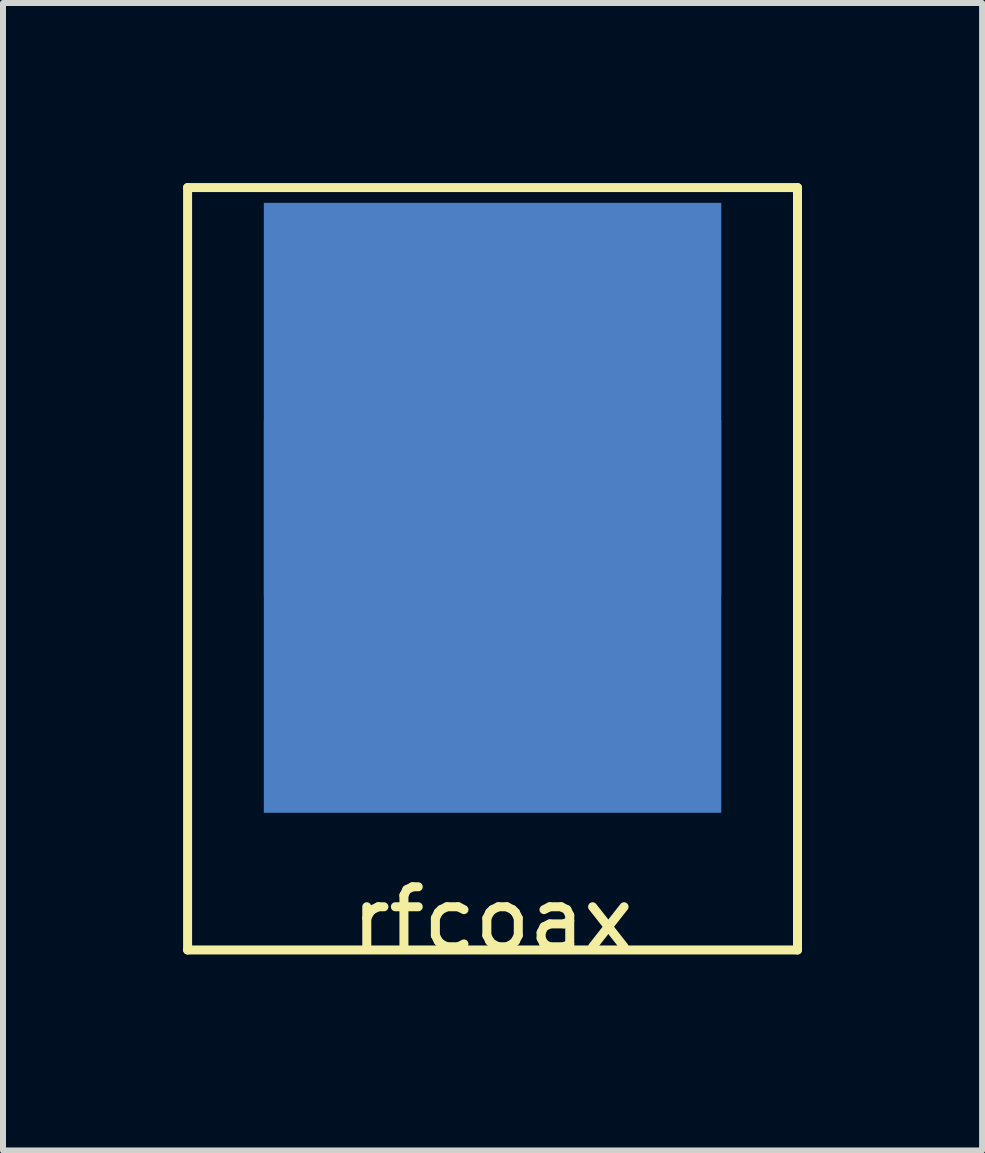
<source format=kicad_pcb>
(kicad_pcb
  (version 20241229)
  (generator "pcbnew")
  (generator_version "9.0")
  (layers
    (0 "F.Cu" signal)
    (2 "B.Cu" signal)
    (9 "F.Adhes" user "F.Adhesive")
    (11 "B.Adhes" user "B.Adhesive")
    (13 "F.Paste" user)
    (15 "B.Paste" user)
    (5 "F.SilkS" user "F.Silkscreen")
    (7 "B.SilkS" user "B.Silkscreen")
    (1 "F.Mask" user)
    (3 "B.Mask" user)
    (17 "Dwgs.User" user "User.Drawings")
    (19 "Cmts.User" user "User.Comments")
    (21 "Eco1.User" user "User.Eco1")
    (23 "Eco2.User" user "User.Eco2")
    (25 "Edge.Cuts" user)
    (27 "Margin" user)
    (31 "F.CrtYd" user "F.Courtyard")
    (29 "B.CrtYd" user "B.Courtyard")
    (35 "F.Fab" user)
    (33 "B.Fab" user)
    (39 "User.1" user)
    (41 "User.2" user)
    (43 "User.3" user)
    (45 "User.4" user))
  (footprint "rfcoax"
    (layer "F.Cu")
    (at 6.425 7.695)
    (property "Reference" "rfcoax" (at -1.27 4.572 0) (layer "F.SilkS") (effects (font (size 1 1) (thickness 0.15))))
    (attr through_hole)
    (fp_line (start -6.35 -7.62) (end 3.81 -7.62) (stroke (width 0.15) (type solid)) (layer "F.SilkS"))
    (fp_line (start -6.35 5.08) (end -6.35 -7.62) (stroke (width 0.15) (type solid)) (layer "F.SilkS"))
    (fp_line (start 3.81 -7.62) (end 3.81 5.08) (stroke (width 0.15) (type solid)) (layer "F.SilkS"))
    (fp_line (start 3.81 5.08) (end -6.35 5.08) (stroke (width 0.15) (type solid)) (layer "F.SilkS"))
    (pad "1" smd rect (at -1.27 -2.286) (size 7.62 2.921) (layers "F.Cu" "F.Mask" "F.Paste"))
    (pad "2" smd rect (at -1.27 -2.286) (size 7.62 10.16) (layers "B.Cu" "B.Mask" "B.Paste")))
  (gr_rect
    (start -3 -3)
    (end 13.31 16.115)
    (stroke (width 0.1) (type default))
    (fill no)
    (layer "Edge.Cuts")))
</source>
